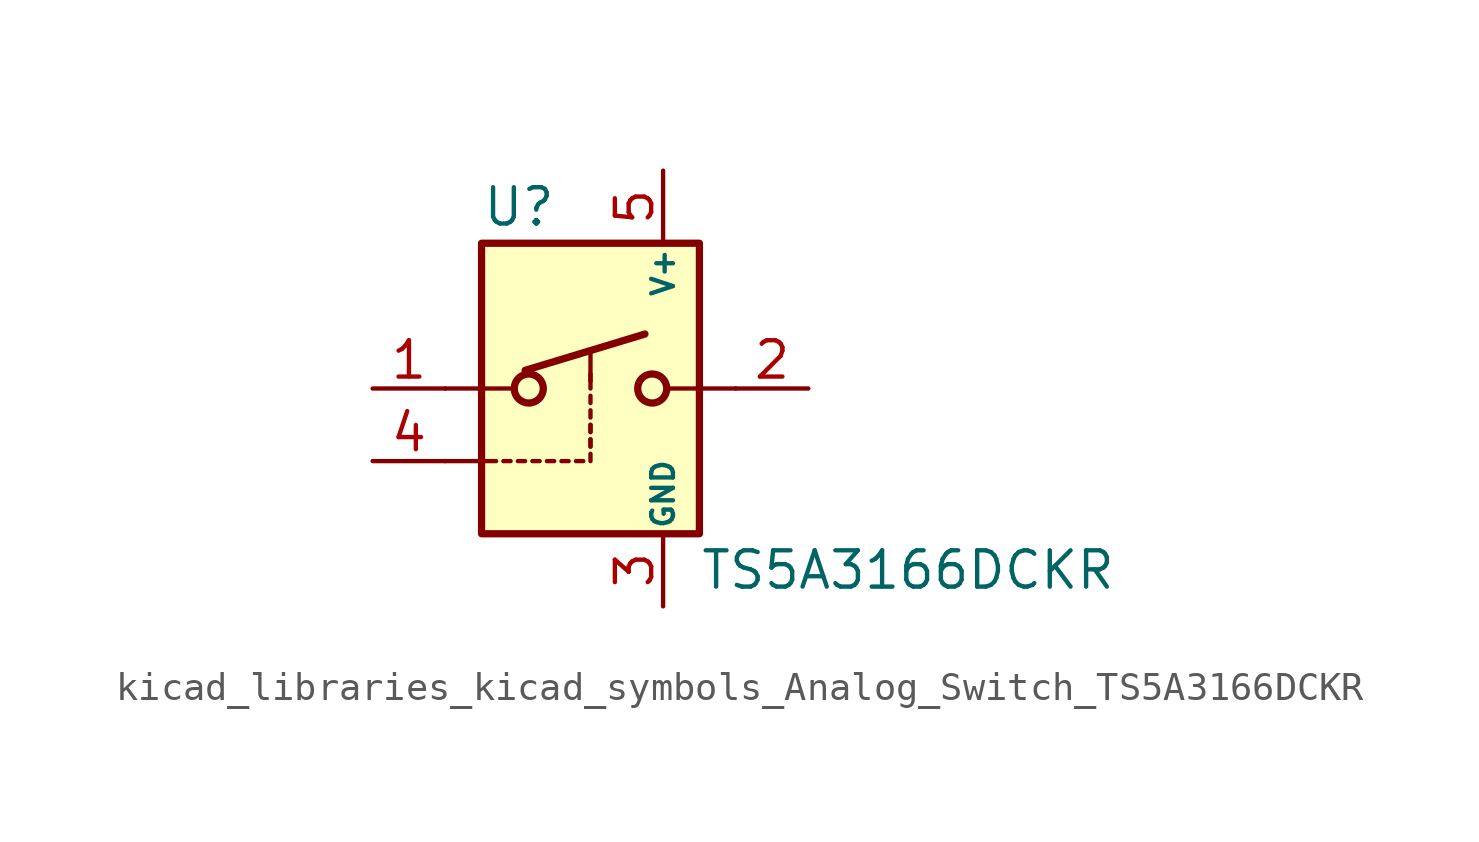
<source format=kicad_sym>
(kicad_symbol_lib
  (version 20220914)
  (generator kicad_symbol_editor)
  (symbol "kicad_libraries_kicad_symbols_Analog_Switch_TS5A3166DCKR"
    (pin_names
      (offset 0.127))
    (property "Reference" "U"
      (at -3.81 6.35 0)
      (effects (font (size 1.27 1.27)) (justify left)))
    (property "Value" "TS5A3166DCKR"
      (at 3.81 -6.35 0)
      (effects (font (size 1.27 1.27)) (justify left)))
    (symbol "kicad_libraries_kicad_symbols_Analog_Switch_TS5A3166DCKR_0_1"
      (polyline (pts (xy -5.08 -2.54) (xy -3.302 -2.54)) (stroke (width 0) (type default)) (fill (type none)))
      (polyline (pts (xy -3.048 -2.54) (xy -2.794 -2.54)) (stroke (width 0) (type default)) (fill (type none)))
      (polyline (pts (xy -2.54 -2.54) (xy -2.286 -2.54)) (stroke (width 0) (type default)) (fill (type none)))
      (polyline (pts (xy -2.032 -2.54) (xy -1.778 -2.54)) (stroke (width 0) (type default)) (fill (type none)))
      (polyline (pts (xy -1.524 -2.54) (xy -1.27 -2.54)) (stroke (width 0) (type default)) (fill (type none)))
      (polyline (pts (xy -1.016 -2.54) (xy -0.762 -2.54)) (stroke (width 0) (type default)) (fill (type none)))
      (polyline (pts (xy -0.508 -2.54) (xy -0.254 -2.54)) (stroke (width 0) (type default)) (fill (type none)))
      (polyline (pts (xy 0 -2.032) (xy 0 -1.778)) (stroke (width 0) (type default)) (fill (type none)))
      (polyline (pts (xy 0 -1.524) (xy 0 -1.27)) (stroke (width 0) (type default)) (fill (type none))))
    (symbol "kicad_libraries_kicad_symbols_Analog_Switch_TS5A3166DCKR_1_1"
      (rectangle (start -3.81 5.08) (end 3.81 -5.08) (stroke (width 0.254) (type default)) (fill (type background)))
      (circle (center -2.159 0) (radius 0.508) (stroke (width 0.254) (type default)) (fill (type none)))
      (polyline (pts (xy -5.08 0) (xy -2.794 0)) (stroke (width 0) (type default)) (fill (type none)))
      (polyline (pts (xy -2.286 0.635) (xy 1.905 1.905)) (stroke (width 0.254) (type default)) (fill (type none)))
      (polyline (pts (xy 0 -2.54) (xy 0 -2.286)) (stroke (width 0) (type default)) (fill (type none)))
      (polyline (pts (xy 0 -2.032) (xy 0 -1.778)) (stroke (width 0) (type default)) (fill (type none)))
      (polyline (pts (xy 0 -1.524) (xy 0 -1.27)) (stroke (width 0) (type default)) (fill (type none)))
      (polyline (pts (xy 0 -1.016) (xy 0 -0.762)) (stroke (width 0) (type default)) (fill (type none)))
      (polyline (pts (xy 0 -0.508) (xy 0 -0.254)) (stroke (width 0) (type default)) (fill (type none)))
      (polyline (pts (xy 0 0) (xy 0 0.508)) (stroke (width 0) (type default)) (fill (type none)))
      (polyline (pts (xy 0 0.254) (xy 0 1.27)) (stroke (width 0) (type default)) (fill (type none)))
      (polyline (pts (xy 5.08 0) (xy 2.794 0)) (stroke (width 0) (type default)) (fill (type none)))
      (circle (center 2.159 0) (radius 0.508) (stroke (width 0.254) (type default)) (fill (type none)))
      (pin passive line (at -7.62 0 0) (length 2.54) (name "~" (effects (font (size 1.27 1.27)))) (number "1" (effects (font (size 1.27 1.27)))))
      (pin passive line (at 7.62 0 180) (length 2.54) (name "~" (effects (font (size 1.27 1.27)))) (number "2" (effects (font (size 1.27 1.27)))))
      (pin power_in line (at 2.54 -7.62 90) (length 2.54) (name "GND" (effects (font (size 0.762 0.762)))) (number "3" (effects (font (size 1.27 1.27)))))
      (pin input line (at -7.62 -2.54 0) (length 2.54) (name "~" (effects (font (size 1.27 1.27)))) (number "4" (effects (font (size 1.27 1.27)))))
      (pin power_in line (at 2.54 7.62 270) (length 2.54) (name "V+" (effects (font (size 0.762 0.762)))) (number "5" (effects (font (size 1.27 1.27))))))))
</source>
